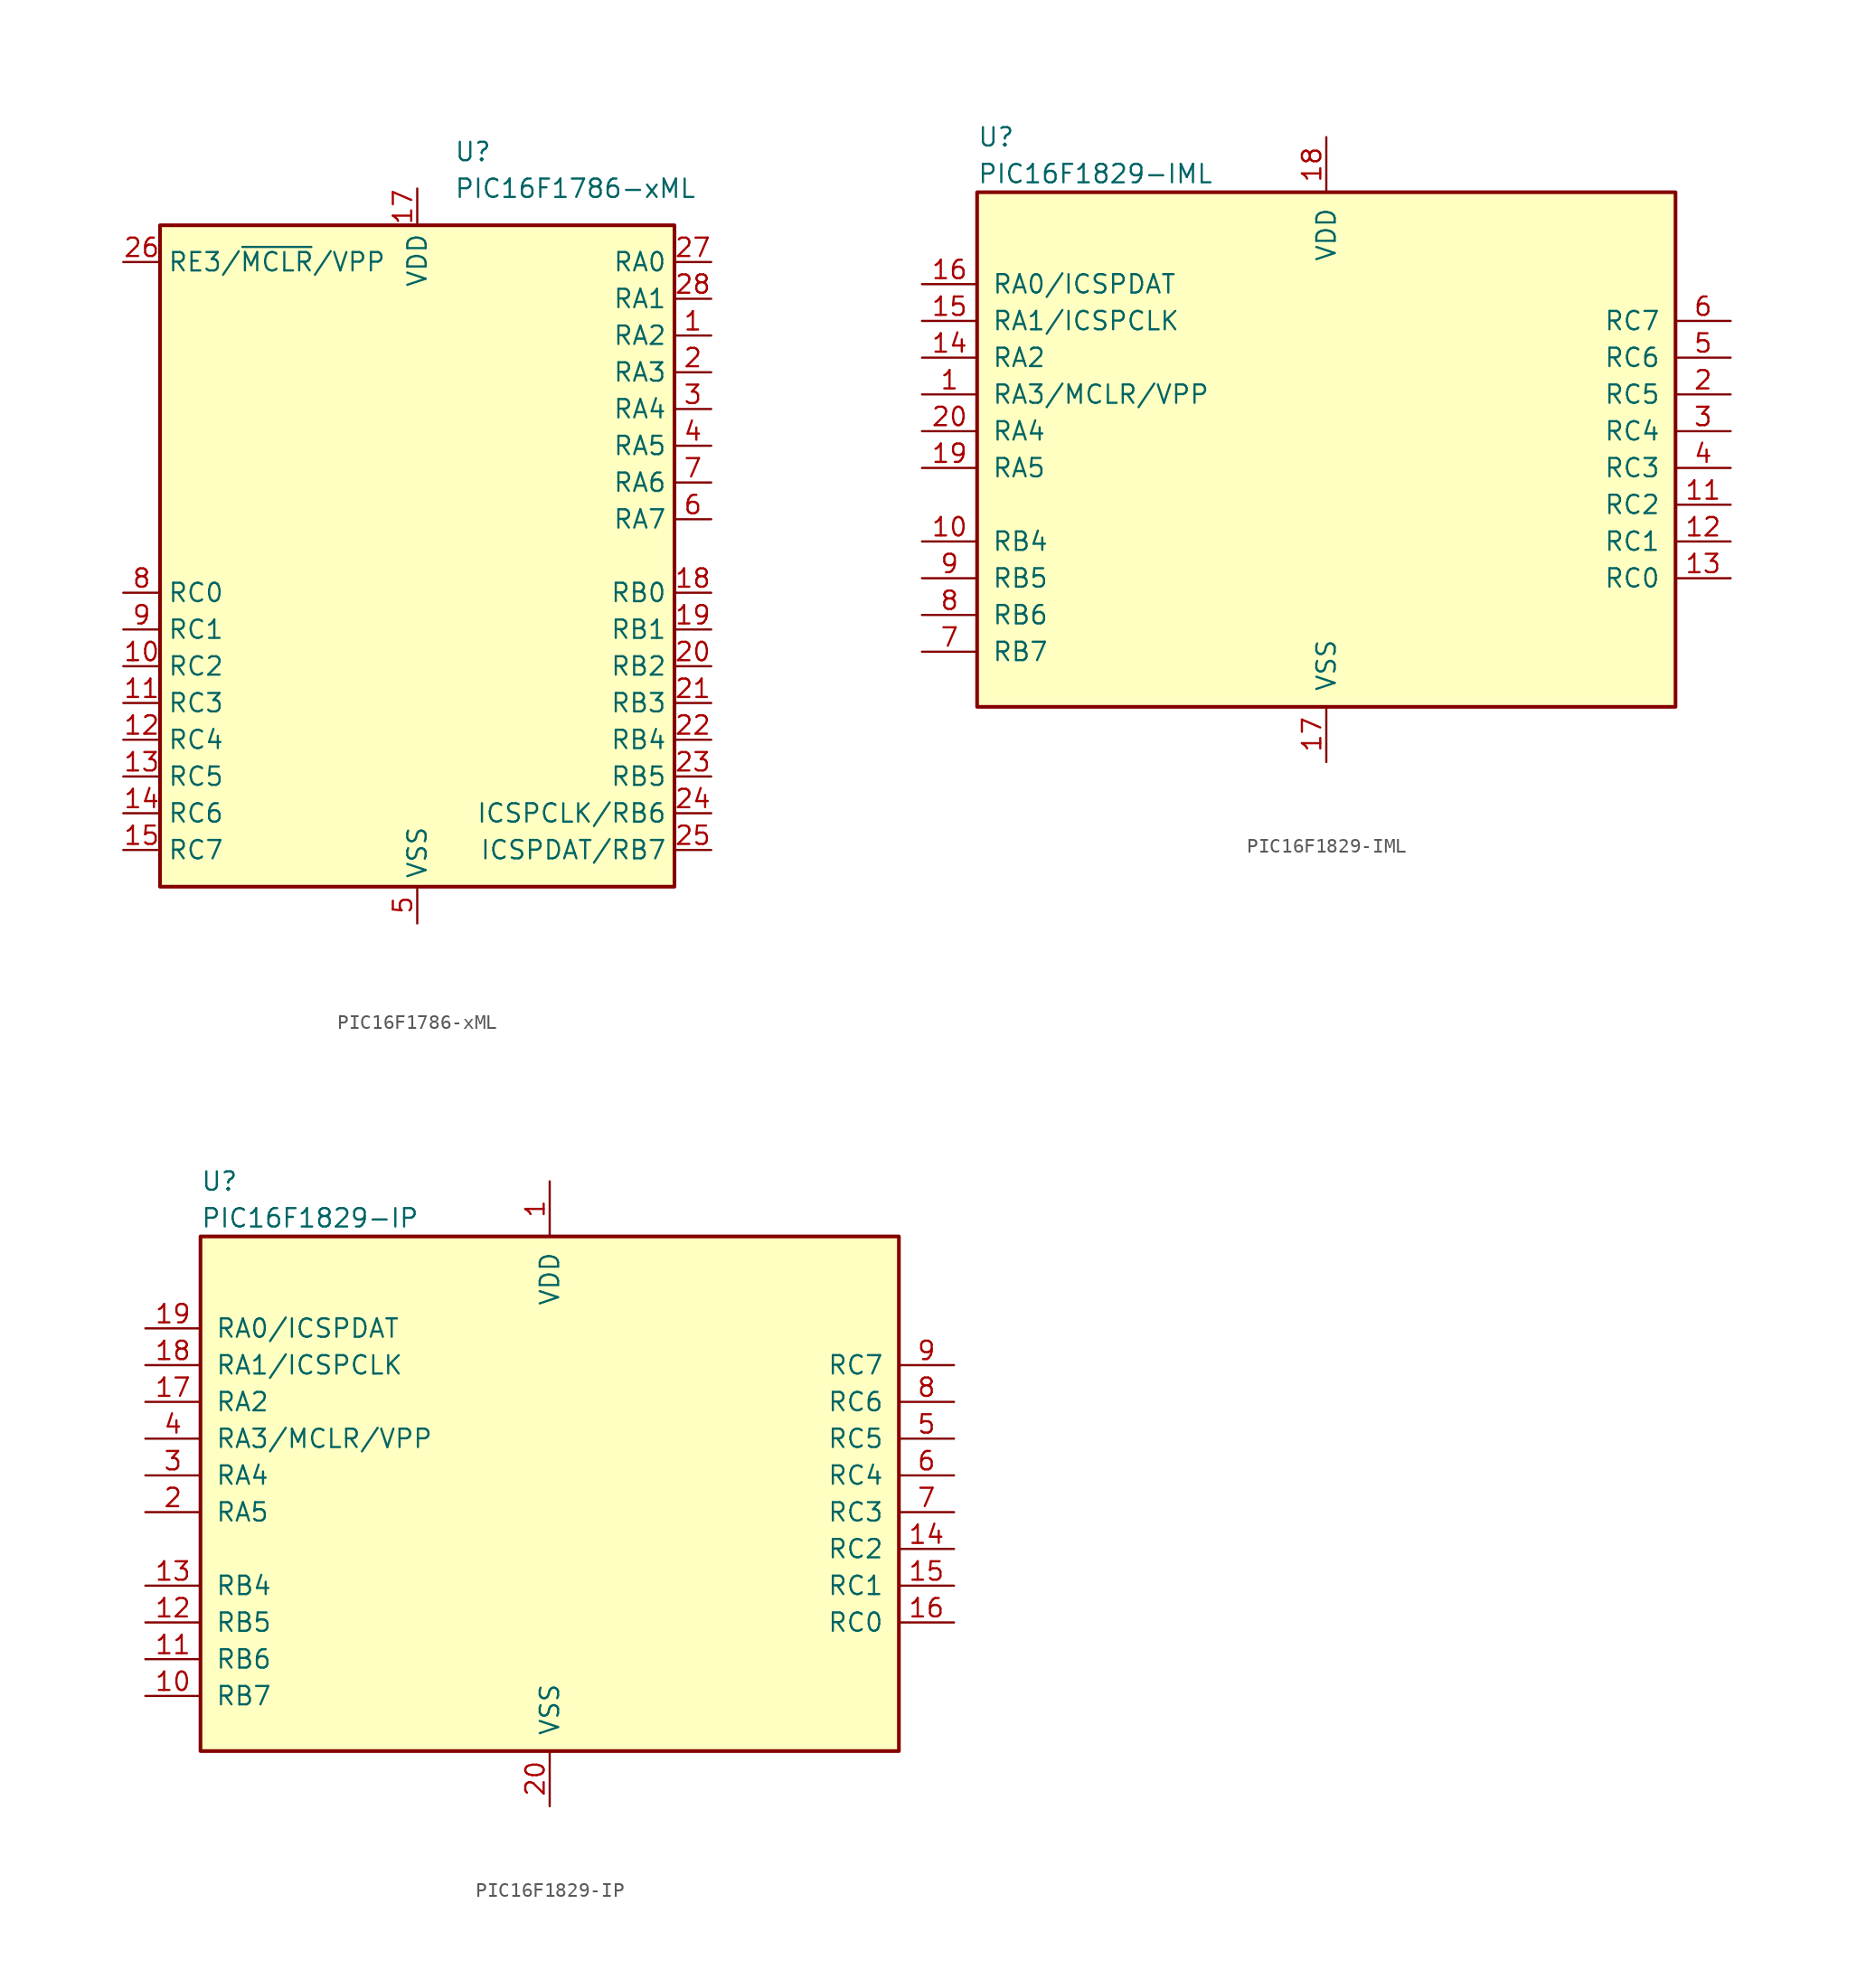
<source format=kicad_sym>
(kicad_symbol_lib
  (version 20201005)
  (generator kicad_symbol_editor)
  (symbol "PIC16F1786-xML"
    (property "Reference" "U"
      (at 2.54 27.94 0)
      (effects (font (size 1.27 1.27)) (justify left)))
    (property "Value" "PIC16F1786-xML"
      (at 2.54 25.4 0)
      (effects (font (size 1.27 1.27)) (justify left)))
    (symbol "PIC16F1786-xML_0_1"
      (rectangle (start -17.78 -22.86) (end 17.78 22.86) (stroke (width 0.254)) (fill (type background))))
    (symbol "PIC16F1786-xML_1_1"
      (pin bidirectional line (at 20.32 15.24 180) (length 2.54) (name "RA2" (effects (font (size 1.27 1.27)))) (number "1" (effects (font (size 1.27 1.27)))))
      (pin bidirectional line (at -20.32 -7.62 0) (length 2.54) (name "RC2" (effects (font (size 1.27 1.27)))) (number "10" (effects (font (size 1.27 1.27)))))
      (pin bidirectional line (at -20.32 -10.16 0) (length 2.54) (name "RC3" (effects (font (size 1.27 1.27)))) (number "11" (effects (font (size 1.27 1.27)))))
      (pin bidirectional line (at -20.32 -12.7 0) (length 2.54) (name "RC4" (effects (font (size 1.27 1.27)))) (number "12" (effects (font (size 1.27 1.27)))))
      (pin bidirectional line (at -20.32 -15.24 0) (length 2.54) (name "RC5" (effects (font (size 1.27 1.27)))) (number "13" (effects (font (size 1.27 1.27)))))
      (pin bidirectional line (at -20.32 -17.78 0) (length 2.54) (name "RC6" (effects (font (size 1.27 1.27)))) (number "14" (effects (font (size 1.27 1.27)))))
      (pin bidirectional line (at -20.32 -20.32 0) (length 2.54) (name "RC7" (effects (font (size 1.27 1.27)))) (number "15" (effects (font (size 1.27 1.27)))))
      (pin passive line (at 0 -25.4 90) (length 2.54) hide (name "VSS" (effects (font (size 1.27 1.27)))) (number "16" (effects (font (size 1.27 1.27)))))
      (pin power_in line (at 0 25.4 270) (length 2.54) (name "VDD" (effects (font (size 1.27 1.27)))) (number "17" (effects (font (size 1.27 1.27)))))
      (pin bidirectional line (at 20.32 -2.54 180) (length 2.54) (name "RB0" (effects (font (size 1.27 1.27)))) (number "18" (effects (font (size 1.27 1.27)))))
      (pin bidirectional line (at 20.32 -5.08 180) (length 2.54) (name "RB1" (effects (font (size 1.27 1.27)))) (number "19" (effects (font (size 1.27 1.27)))))
      (pin bidirectional line (at 20.32 12.7 180) (length 2.54) (name "RA3" (effects (font (size 1.27 1.27)))) (number "2" (effects (font (size 1.27 1.27)))))
      (pin bidirectional line (at 20.32 -7.62 180) (length 2.54) (name "RB2" (effects (font (size 1.27 1.27)))) (number "20" (effects (font (size 1.27 1.27)))))
      (pin bidirectional line (at 20.32 -10.16 180) (length 2.54) (name "RB3" (effects (font (size 1.27 1.27)))) (number "21" (effects (font (size 1.27 1.27)))))
      (pin bidirectional line (at 20.32 -12.7 180) (length 2.54) (name "RB4" (effects (font (size 1.27 1.27)))) (number "22" (effects (font (size 1.27 1.27)))))
      (pin bidirectional line (at 20.32 -15.24 180) (length 2.54) (name "RB5" (effects (font (size 1.27 1.27)))) (number "23" (effects (font (size 1.27 1.27)))))
      (pin bidirectional line (at 20.32 -17.78 180) (length 2.54) (name "ICSPCLK/RB6" (effects (font (size 1.27 1.27)))) (number "24" (effects (font (size 1.27 1.27)))))
      (pin bidirectional line (at 20.32 -20.32 180) (length 2.54) (name "ICSPDAT/RB7" (effects (font (size 1.27 1.27)))) (number "25" (effects (font (size 1.27 1.27)))))
      (pin input line (at -20.32 20.32 0) (length 2.54) (name "RE3/~MCLR~/VPP" (effects (font (size 1.27 1.27)))) (number "26" (effects (font (size 1.27 1.27)))))
      (pin bidirectional line (at 20.32 20.32 180) (length 2.54) (name "RA0" (effects (font (size 1.27 1.27)))) (number "27" (effects (font (size 1.27 1.27)))))
      (pin bidirectional line (at 20.32 17.78 180) (length 2.54) (name "RA1" (effects (font (size 1.27 1.27)))) (number "28" (effects (font (size 1.27 1.27)))))
      (pin bidirectional line (at 20.32 10.16 180) (length 2.54) (name "RA4" (effects (font (size 1.27 1.27)))) (number "3" (effects (font (size 1.27 1.27)))))
      (pin bidirectional line (at 20.32 7.62 180) (length 2.54) (name "RA5" (effects (font (size 1.27 1.27)))) (number "4" (effects (font (size 1.27 1.27)))))
      (pin power_in line (at 0 -25.4 90) (length 2.54) (name "VSS" (effects (font (size 1.27 1.27)))) (number "5" (effects (font (size 1.27 1.27)))))
      (pin bidirectional line (at 20.32 2.54 180) (length 2.54) (name "RA7" (effects (font (size 1.27 1.27)))) (number "6" (effects (font (size 1.27 1.27)))))
      (pin bidirectional line (at 20.32 5.08 180) (length 2.54) (name "RA6" (effects (font (size 1.27 1.27)))) (number "7" (effects (font (size 1.27 1.27)))))
      (pin bidirectional line (at -20.32 -2.54 0) (length 2.54) (name "RC0" (effects (font (size 1.27 1.27)))) (number "8" (effects (font (size 1.27 1.27)))))
      (pin bidirectional line (at -20.32 -5.08 0) (length 2.54) (name "RC1" (effects (font (size 1.27 1.27)))) (number "9" (effects (font (size 1.27 1.27)))))))
  (symbol "PIC16F1829-IML"
    (pin_names
      (offset 1.016))
    (property "Reference" "U"
      (at -24.13 22.86 0)
      (effects (font (size 1.27 1.27)) (justify left)))
    (property "Value" "PIC16F1829-IML"
      (at -24.13 20.32 0)
      (effects (font (size 1.27 1.27)) (justify left)))
    (symbol "PIC16F1829-IML_0_1"
      (rectangle (start -24.13 19.05) (end 24.13 -16.51) (stroke (width 0.254)) (fill (type background))))
    (symbol "PIC16F1829-IML_1_1"
      (pin bidirectional line (at -27.94 5.08 0) (length 3.81) (name "RA3/MCLR/VPP" (effects (font (size 1.27 1.27)))) (number "1" (effects (font (size 1.27 1.27)))))
      (pin bidirectional line (at -27.94 -5.08 0) (length 3.81) (name "RB4" (effects (font (size 1.27 1.27)))) (number "10" (effects (font (size 1.27 1.27)))))
      (pin bidirectional line (at 27.94 -2.54 180) (length 3.81) (name "RC2" (effects (font (size 1.27 1.27)))) (number "11" (effects (font (size 1.27 1.27)))))
      (pin bidirectional line (at 27.94 -5.08 180) (length 3.81) (name "RC1" (effects (font (size 1.27 1.27)))) (number "12" (effects (font (size 1.27 1.27)))))
      (pin bidirectional line (at 27.94 -7.62 180) (length 3.81) (name "RC0" (effects (font (size 1.27 1.27)))) (number "13" (effects (font (size 1.27 1.27)))))
      (pin bidirectional line (at -27.94 7.62 0) (length 3.81) (name "RA2" (effects (font (size 1.27 1.27)))) (number "14" (effects (font (size 1.27 1.27)))))
      (pin bidirectional line (at -27.94 10.16 0) (length 3.81) (name "RA1/ICSPCLK" (effects (font (size 1.27 1.27)))) (number "15" (effects (font (size 1.27 1.27)))))
      (pin bidirectional line (at -27.94 12.7 0) (length 3.81) (name "RA0/ICSPDAT" (effects (font (size 1.27 1.27)))) (number "16" (effects (font (size 1.27 1.27)))))
      (pin power_in line (at 0 -20.32 90) (length 3.81) (name "VSS" (effects (font (size 1.27 1.27)))) (number "17" (effects (font (size 1.27 1.27)))))
      (pin power_in line (at 0 22.86 270) (length 3.81) (name "VDD" (effects (font (size 1.27 1.27)))) (number "18" (effects (font (size 1.27 1.27)))))
      (pin bidirectional line (at -27.94 0 0) (length 3.81) (name "RA5" (effects (font (size 1.27 1.27)))) (number "19" (effects (font (size 1.27 1.27)))))
      (pin bidirectional line (at 27.94 5.08 180) (length 3.81) (name "RC5" (effects (font (size 1.27 1.27)))) (number "2" (effects (font (size 1.27 1.27)))))
      (pin bidirectional line (at -27.94 2.54 0) (length 3.81) (name "RA4" (effects (font (size 1.27 1.27)))) (number "20" (effects (font (size 1.27 1.27)))))
      (pin bidirectional line (at 27.94 2.54 180) (length 3.81) (name "RC4" (effects (font (size 1.27 1.27)))) (number "3" (effects (font (size 1.27 1.27)))))
      (pin bidirectional line (at 27.94 0 180) (length 3.81) (name "RC3" (effects (font (size 1.27 1.27)))) (number "4" (effects (font (size 1.27 1.27)))))
      (pin bidirectional line (at 27.94 7.62 180) (length 3.81) (name "RC6" (effects (font (size 1.27 1.27)))) (number "5" (effects (font (size 1.27 1.27)))))
      (pin bidirectional line (at 27.94 10.16 180) (length 3.81) (name "RC7" (effects (font (size 1.27 1.27)))) (number "6" (effects (font (size 1.27 1.27)))))
      (pin bidirectional line (at -27.94 -12.7 0) (length 3.81) (name "RB7" (effects (font (size 1.27 1.27)))) (number "7" (effects (font (size 1.27 1.27)))))
      (pin bidirectional line (at -27.94 -10.16 0) (length 3.81) (name "RB6" (effects (font (size 1.27 1.27)))) (number "8" (effects (font (size 1.27 1.27)))))
      (pin bidirectional line (at -27.94 -7.62 0) (length 3.81) (name "RB5" (effects (font (size 1.27 1.27)))) (number "9" (effects (font (size 1.27 1.27)))))))
  (symbol "PIC16F1829-IP"
    (pin_names
      (offset 1.016))
    (property "Reference" "U"
      (at -24.13 22.86 0)
      (effects (font (size 1.27 1.27)) (justify left)))
    (property "Value" "PIC16F1829-IP"
      (at -24.13 20.32 0)
      (effects (font (size 1.27 1.27)) (justify left)))
    (symbol "PIC16F1829-IP_0_1"
      (rectangle (start -24.13 19.05) (end 24.13 -16.51) (stroke (width 0.254)) (fill (type background))))
    (symbol "PIC16F1829-IP_1_1"
      (pin power_in line (at 0 22.86 270) (length 3.81) (name "VDD" (effects (font (size 1.27 1.27)))) (number "1" (effects (font (size 1.27 1.27)))))
      (pin bidirectional line (at -27.94 -12.7 0) (length 3.81) (name "RB7" (effects (font (size 1.27 1.27)))) (number "10" (effects (font (size 1.27 1.27)))))
      (pin bidirectional line (at -27.94 -10.16 0) (length 3.81) (name "RB6" (effects (font (size 1.27 1.27)))) (number "11" (effects (font (size 1.27 1.27)))))
      (pin bidirectional line (at -27.94 -7.62 0) (length 3.81) (name "RB5" (effects (font (size 1.27 1.27)))) (number "12" (effects (font (size 1.27 1.27)))))
      (pin bidirectional line (at -27.94 -5.08 0) (length 3.81) (name "RB4" (effects (font (size 1.27 1.27)))) (number "13" (effects (font (size 1.27 1.27)))))
      (pin bidirectional line (at 27.94 -2.54 180) (length 3.81) (name "RC2" (effects (font (size 1.27 1.27)))) (number "14" (effects (font (size 1.27 1.27)))))
      (pin bidirectional line (at 27.94 -5.08 180) (length 3.81) (name "RC1" (effects (font (size 1.27 1.27)))) (number "15" (effects (font (size 1.27 1.27)))))
      (pin bidirectional line (at 27.94 -7.62 180) (length 3.81) (name "RC0" (effects (font (size 1.27 1.27)))) (number "16" (effects (font (size 1.27 1.27)))))
      (pin bidirectional line (at -27.94 7.62 0) (length 3.81) (name "RA2" (effects (font (size 1.27 1.27)))) (number "17" (effects (font (size 1.27 1.27)))))
      (pin bidirectional line (at -27.94 10.16 0) (length 3.81) (name "RA1/ICSPCLK" (effects (font (size 1.27 1.27)))) (number "18" (effects (font (size 1.27 1.27)))))
      (pin bidirectional line (at -27.94 12.7 0) (length 3.81) (name "RA0/ICSPDAT" (effects (font (size 1.27 1.27)))) (number "19" (effects (font (size 1.27 1.27)))))
      (pin bidirectional line (at -27.94 0 0) (length 3.81) (name "RA5" (effects (font (size 1.27 1.27)))) (number "2" (effects (font (size 1.27 1.27)))))
      (pin power_in line (at 0 -20.32 90) (length 3.81) (name "VSS" (effects (font (size 1.27 1.27)))) (number "20" (effects (font (size 1.27 1.27)))))
      (pin bidirectional line (at -27.94 2.54 0) (length 3.81) (name "RA4" (effects (font (size 1.27 1.27)))) (number "3" (effects (font (size 1.27 1.27)))))
      (pin bidirectional line (at -27.94 5.08 0) (length 3.81) (name "RA3/MCLR/VPP" (effects (font (size 1.27 1.27)))) (number "4" (effects (font (size 1.27 1.27)))))
      (pin bidirectional line (at 27.94 5.08 180) (length 3.81) (name "RC5" (effects (font (size 1.27 1.27)))) (number "5" (effects (font (size 1.27 1.27)))))
      (pin bidirectional line (at 27.94 2.54 180) (length 3.81) (name "RC4" (effects (font (size 1.27 1.27)))) (number "6" (effects (font (size 1.27 1.27)))))
      (pin bidirectional line (at 27.94 0 180) (length 3.81) (name "RC3" (effects (font (size 1.27 1.27)))) (number "7" (effects (font (size 1.27 1.27)))))
      (pin bidirectional line (at 27.94 7.62 180) (length 3.81) (name "RC6" (effects (font (size 1.27 1.27)))) (number "8" (effects (font (size 1.27 1.27)))))
      (pin bidirectional line (at 27.94 10.16 180) (length 3.81) (name "RC7" (effects (font (size 1.27 1.27)))) (number "9" (effects (font (size 1.27 1.27))))))))
</source>
